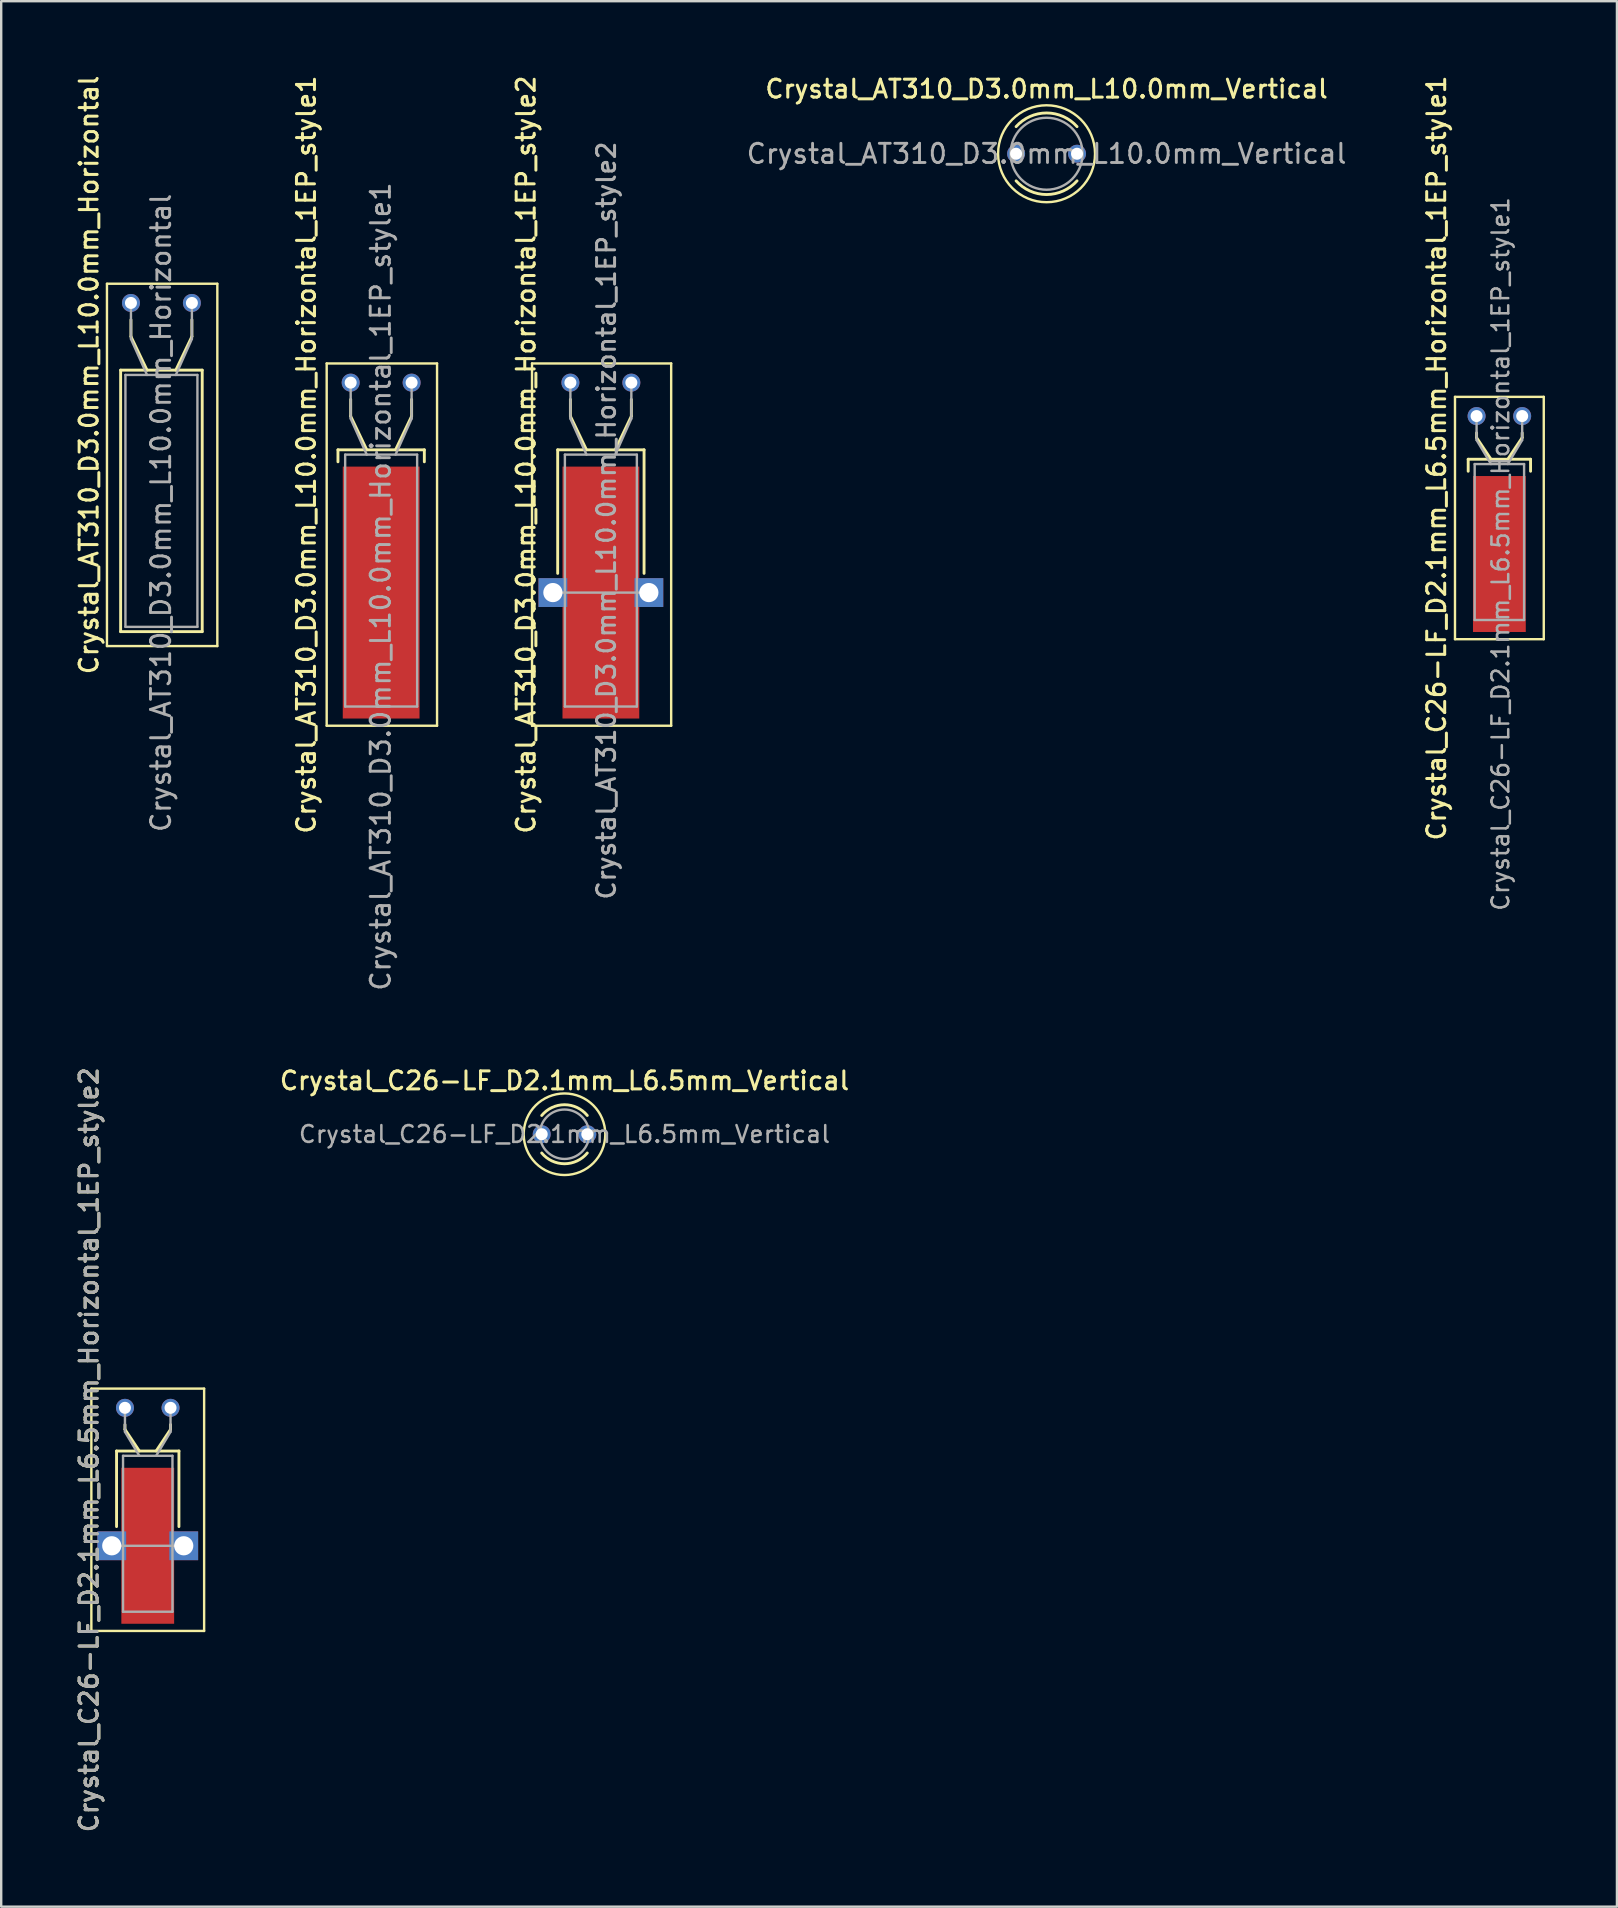
<source format=kicad_pcb>
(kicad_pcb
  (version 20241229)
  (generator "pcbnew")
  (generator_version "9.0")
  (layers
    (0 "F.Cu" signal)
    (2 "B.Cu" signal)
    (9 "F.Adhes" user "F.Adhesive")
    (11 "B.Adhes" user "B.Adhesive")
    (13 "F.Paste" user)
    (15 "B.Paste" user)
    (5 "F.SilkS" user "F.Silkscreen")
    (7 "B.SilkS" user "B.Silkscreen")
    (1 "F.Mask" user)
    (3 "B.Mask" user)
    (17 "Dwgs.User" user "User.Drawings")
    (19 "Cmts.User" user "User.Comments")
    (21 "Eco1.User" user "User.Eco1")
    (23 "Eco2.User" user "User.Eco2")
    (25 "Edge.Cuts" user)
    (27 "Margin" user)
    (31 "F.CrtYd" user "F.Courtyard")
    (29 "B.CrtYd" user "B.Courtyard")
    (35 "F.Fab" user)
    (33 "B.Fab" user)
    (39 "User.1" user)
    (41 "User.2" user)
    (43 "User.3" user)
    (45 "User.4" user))
  (footprint "Crystal_AT310_D3.0mm_L10.0mm_Horizontal_1EP_style1"
    (layer "F.Cu")
    (at 11.566 12.898)
    (property "Reference" "Crystal_AT310_D3.0mm_L10.0mm_Horizontal_1EP_style1" (at -1.85 3 90) (layer "F.SilkS") (effects (font (size 0.75 0.75) (thickness 0.125))))
    (attr through_hole)
    (fp_line (start -1 -0.8) (end -1 14.3) (stroke (width 0.1) (type solid)) (layer "F.SilkS"))
    (fp_line (start -1 14.3) (end 3.6 14.3) (stroke (width 0.1) (type solid)) (layer "F.SilkS"))
    (fp_line (start -0.53 2.8) (end 3.07 2.8) (stroke (width 0.12) (type solid)) (layer "F.SilkS"))
    (fp_line (start -0.53 3.3) (end -0.53 2.8) (stroke (width 0.12) (type solid)) (layer "F.SilkS"))
    (fp_line (start 0 1.4) (end 0 0.7) (stroke (width 0.12) (type solid)) (layer "F.SilkS"))
    (fp_line (start 0.67 2.8) (end 0 1.4) (stroke (width 0.12) (type solid)) (layer "F.SilkS"))
    (fp_line (start 1.87 2.8) (end 2.54 1.4) (stroke (width 0.12) (type solid)) (layer "F.SilkS"))
    (fp_line (start 2.54 1.4) (end 2.54 0.7) (stroke (width 0.12) (type solid)) (layer "F.SilkS"))
    (fp_line (start 3.07 2.8) (end 3.07 3.3) (stroke (width 0.12) (type solid)) (layer "F.SilkS"))
    (fp_line (start 3.6 -0.8) (end -1 -0.8) (stroke (width 0.1) (type solid)) (layer "F.SilkS"))
    (fp_line (start 3.6 14.3) (end 3.6 -0.8) (stroke (width 0.1) (type solid)) (layer "F.SilkS"))
    (fp_line (start -0.23 3) (end -0.23 13.5) (stroke (width 0.1) (type solid)) (layer "F.Fab"))
    (fp_line (start -0.23 13.5) (end 2.77 13.5) (stroke (width 0.1) (type solid)) (layer "F.Fab"))
    (fp_line (start 0 1.5) (end 0 0) (stroke (width 0.1) (type solid)) (layer "F.Fab"))
    (fp_line (start 0.67 3) (end 0 1.5) (stroke (width 0.1) (type solid)) (layer "F.Fab"))
    (fp_line (start 1.87 3) (end 2.54 1.5) (stroke (width 0.1) (type solid)) (layer "F.Fab"))
    (fp_line (start 2.54 1.5) (end 2.54 0) (stroke (width 0.1) (type solid)) (layer "F.Fab"))
    (fp_line (start 2.77 3) (end -0.23 3) (stroke (width 0.1) (type solid)) (layer "F.Fab"))
    (fp_line (start 2.77 13.5) (end 2.77 3) (stroke (width 0.1) (type solid)) (layer "F.Fab"))
    (fp_text user "${REFERENCE}" (at 1.25 8.5 90) (layer "F.Fab") (effects (font (size 0.8 0.8) (thickness 0.12))))
    (pad "1" thru_hole circle (at 0 0) (size 0.75 0.75) (drill 0.5) (layers "*.Cu" "*.Mask"))
    (pad "2" thru_hole circle (at 2.54 0) (size 0.75 0.75) (drill 0.5) (layers "*.Cu" "*.Mask"))
    (pad "3" smd rect (at 1.27 8.75) (size 3.2 10.5) (layers "F.Cu" "F.Mask" "F.Paste")))
  (footprint "Crystal_C26-LF_D2.1mm_L6.5mm_Horizontal_1EP_style2"
    (layer "F.Cu")
    (at 2.158 55.627)
    (property "Reference" "Crystal_C26-LF_D2.1mm_L6.5mm_Horizontal_1EP_style2" (at -1.5 1.75 90) (layer "F.SilkS") (effects (font (size 0.75 0.75) (thickness 0.125))))
    (attr through_hole)
    (fp_line (start -1.4 -0.8) (end -1.4 9.3) (stroke (width 0.1) (type solid)) (layer "F.SilkS"))
    (fp_line (start -1.4 9.3) (end 3.3 9.3) (stroke (width 0.1) (type solid)) (layer "F.SilkS"))
    (fp_line (start -0.35 1.8) (end 2.25 1.8) (stroke (width 0.12) (type solid)) (layer "F.SilkS"))
    (fp_line (start -0.35 4.95) (end -0.35 1.8) (stroke (width 0.12) (type solid)) (layer "F.SilkS"))
    (fp_line (start 0 0.9) (end 0 0.7) (stroke (width 0.12) (type solid)) (layer "F.SilkS"))
    (fp_line (start 0.6 1.8) (end 0 0.9) (stroke (width 0.12) (type solid)) (layer "F.SilkS"))
    (fp_line (start 1.3 1.8) (end 1.9 0.9) (stroke (width 0.12) (type solid)) (layer "F.SilkS"))
    (fp_line (start 1.9 0.9) (end 1.9 0.7) (stroke (width 0.12) (type solid)) (layer "F.SilkS"))
    (fp_line (start 2.25 1.8) (end 2.25 4.95) (stroke (width 0.12) (type solid)) (layer "F.SilkS"))
    (fp_line (start 3.3 -0.8) (end -1.4 -0.8) (stroke (width 0.1) (type solid)) (layer "F.SilkS"))
    (fp_line (start 3.3 9.3) (end 3.3 -0.8) (stroke (width 0.1) (type solid)) (layer "F.SilkS"))
    (fp_line (start -0.55 5.75) (end 2.45 5.75) (stroke (width 0.1) (type solid)) (layer "F.Fab"))
    (fp_line (start -0.08 2) (end -0.08 8.5) (stroke (width 0.1) (type solid)) (layer "F.Fab"))
    (fp_line (start -0.08 8.5) (end 1.98 8.5) (stroke (width 0.1) (type solid)) (layer "F.Fab"))
    (fp_line (start 0 1) (end 0 0) (stroke (width 0.1) (type solid)) (layer "F.Fab"))
    (fp_line (start 0.6 2) (end 0 1) (stroke (width 0.1) (type solid)) (layer "F.Fab"))
    (fp_line (start 1.3 2) (end 1.9 1) (stroke (width 0.1) (type solid)) (layer "F.Fab"))
    (fp_line (start 1.9 1) (end 1.9 0) (stroke (width 0.1) (type solid)) (layer "F.Fab"))
    (fp_line (start 1.98 2) (end -0.08 2) (stroke (width 0.1) (type solid)) (layer "F.Fab"))
    (fp_line (start 1.98 8.5) (end 1.98 2) (stroke (width 0.1) (type solid)) (layer "F.Fab"))
    (fp_text user "${REFERENCE}" (at -1.5 1.75 90) (layer "F.Fab") (effects (font (size 0.75 0.75) (thickness 0.125))))
    (pad "1" thru_hole circle (at 0 0) (size 0.75 0.75) (drill 0.5) (layers "*.Cu" "*.Mask"))
    (pad "2" thru_hole circle (at 1.9 0) (size 0.75 0.75) (drill 0.5) (layers "*.Cu" "*.Mask"))
    (pad "3" thru_hole rect (at -0.55 5.75) (size 1.2 1.2) (drill 0.8) (layers "*.Cu" "*.Mask"))
    (pad "3" smd rect (at 0.95 5.75) (size 2.2 6.5) (layers "F.Cu" "F.Mask" "F.Paste"))
    (pad "3" thru_hole rect (at 2.45 5.75) (size 1.2 1.2) (drill 0.8) (layers "*.Cu" "*.Mask")))
  (footprint "Crystal_C26-LF_D2.1mm_L6.5mm_Vertical"
    (layer "F.Cu")
    (at 19.528 44.224)
    (property "Reference" "Crystal_C26-LF_D2.1mm_L6.5mm_Vertical" (at 0.95 -2.23 0) (layer "F.SilkS") (effects (font (size 0.75 0.75) (thickness 0.125))))
    (attr through_hole)
    (fp_arc (start 0 -0.781281) (mid 0.949655 -1.23) (end 1.899561 -0.781814) (stroke (width 0.12) (type solid)) (layer "F.SilkS"))
    (fp_arc (start 1.899561 0.781814) (mid 0.949655 1.23) (end 0 0.781281) (stroke (width 0.12) (type solid)) (layer "F.SilkS"))
    (fp_circle (center 0.95 0) (end 2.65 0) (stroke (width 0.1) (type solid)) (fill no) (layer "F.SilkS"))
    (fp_circle (center 0.95 0) (end 1.98 0) (stroke (width 0.1) (type solid)) (fill no) (layer "F.Fab"))
    (fp_text user "${REFERENCE}" (at 0.95 0 0) (layer "F.Fab") (effects (font (size 0.7 0.7) (thickness 0.105))))
    (pad "1" thru_hole circle (at 0 0) (size 0.75 0.75) (drill 0.5) (layers "*.Cu" "*.Mask"))
    (pad "2" thru_hole circle (at 1.9 0) (size 0.75 0.75) (drill 0.5) (layers "*.Cu" "*.Mask")))
  (footprint "Crystal_AT310_D3.0mm_L10.0mm_Horizontal_1EP_style2"
    (layer "F.Cu")
    (at 20.724 12.898)
    (property "Reference" "Crystal_AT310_D3.0mm_L10.0mm_Horizontal_1EP_style2" (at -1.85 3 90) (layer "F.SilkS") (effects (font (size 0.75 0.75) (thickness 0.125))))
    (attr through_hole)
    (fp_line (start -1.6 -0.8) (end -1.6 14.3) (stroke (width 0.1) (type solid)) (layer "F.SilkS"))
    (fp_line (start -1.6 14.3) (end 4.2 14.3) (stroke (width 0.1) (type solid)) (layer "F.SilkS"))
    (fp_line (start -0.53 2.8) (end 3.07 2.8) (stroke (width 0.12) (type solid)) (layer "F.SilkS"))
    (fp_line (start -0.53 7.95) (end -0.53 2.8) (stroke (width 0.12) (type solid)) (layer "F.SilkS"))
    (fp_line (start 0 1.4) (end 0 0.7) (stroke (width 0.12) (type solid)) (layer "F.SilkS"))
    (fp_line (start 0.67 2.8) (end 0 1.4) (stroke (width 0.12) (type solid)) (layer "F.SilkS"))
    (fp_line (start 1.87 2.8) (end 2.54 1.4) (stroke (width 0.12) (type solid)) (layer "F.SilkS"))
    (fp_line (start 2.54 1.4) (end 2.54 0.7) (stroke (width 0.12) (type solid)) (layer "F.SilkS"))
    (fp_line (start 3.07 2.8) (end 3.07 7.95) (stroke (width 0.12) (type solid)) (layer "F.SilkS"))
    (fp_line (start 4.2 -0.8) (end -1.6 -0.8) (stroke (width 0.1) (type solid)) (layer "F.SilkS"))
    (fp_line (start 4.2 14.3) (end 4.2 -0.8) (stroke (width 0.1) (type solid)) (layer "F.SilkS"))
    (fp_line (start -0.73 8.75) (end 3.27 8.75) (stroke (width 0.1) (type solid)) (layer "F.Fab"))
    (fp_line (start -0.23 3) (end -0.23 13.5) (stroke (width 0.1) (type solid)) (layer "F.Fab"))
    (fp_line (start -0.23 13.5) (end 2.77 13.5) (stroke (width 0.1) (type solid)) (layer "F.Fab"))
    (fp_line (start 0 1.5) (end 0 0) (stroke (width 0.1) (type solid)) (layer "F.Fab"))
    (fp_line (start 0.67 3) (end 0 1.5) (stroke (width 0.1) (type solid)) (layer "F.Fab"))
    (fp_line (start 1.87 3) (end 2.54 1.5) (stroke (width 0.1) (type solid)) (layer "F.Fab"))
    (fp_line (start 2.54 1.5) (end 2.54 0) (stroke (width 0.1) (type solid)) (layer "F.Fab"))
    (fp_line (start 2.77 3) (end -0.23 3) (stroke (width 0.1) (type solid)) (layer "F.Fab"))
    (fp_line (start 2.77 13.5) (end 2.77 3) (stroke (width 0.1) (type solid)) (layer "F.Fab"))
    (fp_text user "${REFERENCE}" (at 1.5 5.75 90) (layer "F.Fab") (effects (font (size 0.75 0.75) (thickness 0.125))))
    (pad "1" thru_hole circle (at 0 0) (size 0.75 0.75) (drill 0.5) (layers "*.Cu" "*.Mask"))
    (pad "2" thru_hole circle (at 2.54 0) (size 0.75 0.75) (drill 0.5) (layers "*.Cu" "*.Mask"))
    (pad "3" thru_hole rect (at -0.73 8.75) (size 1.2 1.2) (drill 0.8) (layers "*.Cu" "*.Mask"))
    (pad "3" smd rect (at 1.27 8.75) (size 3.2 10.5) (layers "F.Cu" "F.Mask" "F.Paste"))
    (pad "3" thru_hole rect (at 3.27 8.75) (size 1.2 1.2) (drill 0.8) (layers "*.Cu" "*.Mask")))
  (footprint "Crystal_C26-LF_D2.1mm_L6.5mm_Horizontal_1EP_style1"
    (layer "F.Cu")
    (at 58.493 14.291)
    (property "Reference" "Crystal_C26-LF_D2.1mm_L6.5mm_Horizontal_1EP_style1" (at -1.67 1.75 90) (layer "F.SilkS") (effects (font (size 0.75 0.75) (thickness 0.125))))
    (attr through_hole)
    (fp_line (start -0.9 -0.8) (end -0.9 9.3) (stroke (width 0.1) (type solid)) (layer "F.SilkS"))
    (fp_line (start -0.9 9.3) (end 2.8 9.3) (stroke (width 0.1) (type solid)) (layer "F.SilkS"))
    (fp_line (start -0.35 1.8) (end 2.25 1.8) (stroke (width 0.12) (type solid)) (layer "F.SilkS"))
    (fp_line (start -0.35 2.3) (end -0.35 1.8) (stroke (width 0.12) (type solid)) (layer "F.SilkS"))
    (fp_line (start 0 0.9) (end 0 0.7) (stroke (width 0.12) (type solid)) (layer "F.SilkS"))
    (fp_line (start 0.6 1.8) (end 0 0.9) (stroke (width 0.12) (type solid)) (layer "F.SilkS"))
    (fp_line (start 1.3 1.8) (end 1.9 0.9) (stroke (width 0.12) (type solid)) (layer "F.SilkS"))
    (fp_line (start 1.9 0.9) (end 1.9 0.7) (stroke (width 0.12) (type solid)) (layer "F.SilkS"))
    (fp_line (start 2.25 1.8) (end 2.25 2.3) (stroke (width 0.12) (type solid)) (layer "F.SilkS"))
    (fp_line (start 2.8 -0.8) (end -0.9 -0.8) (stroke (width 0.1) (type solid)) (layer "F.SilkS"))
    (fp_line (start 2.8 9.3) (end 2.8 -0.8) (stroke (width 0.1) (type solid)) (layer "F.SilkS"))
    (fp_line (start -0.08 2) (end -0.08 8.5) (stroke (width 0.1) (type solid)) (layer "F.Fab"))
    (fp_line (start -0.08 8.5) (end 1.98 8.5) (stroke (width 0.1) (type solid)) (layer "F.Fab"))
    (fp_line (start 0 1) (end 0 0) (stroke (width 0.1) (type solid)) (layer "F.Fab"))
    (fp_line (start 0.6 2) (end 0 1) (stroke (width 0.1) (type solid)) (layer "F.Fab"))
    (fp_line (start 1.3 2) (end 1.9 1) (stroke (width 0.1) (type solid)) (layer "F.Fab"))
    (fp_line (start 1.9 1) (end 1.9 0) (stroke (width 0.1) (type solid)) (layer "F.Fab"))
    (fp_line (start 1.98 2) (end -0.08 2) (stroke (width 0.1) (type solid)) (layer "F.Fab"))
    (fp_line (start 1.98 8.5) (end 1.98 2) (stroke (width 0.1) (type solid)) (layer "F.Fab"))
    (fp_text user "${REFERENCE}" (at 1 5.75 90) (layer "F.Fab") (effects (font (size 0.7 0.7) (thickness 0.105))))
    (pad "1" thru_hole circle (at 0 0) (size 0.75 0.75) (drill 0.5) (layers "*.Cu" "*.Mask"))
    (pad "2" thru_hole circle (at 1.9 0) (size 0.75 0.75) (drill 0.5) (layers "*.Cu" "*.Mask"))
    (pad "3" smd rect (at 0.95 5.75) (size 2.2 6.5) (layers "F.Cu" "F.Mask" "F.Paste")))
  (footprint "Crystal_AT310_D3.0mm_L10.0mm_Vertical"
    (layer "F.Cu")
    (at 39.3 3.358)
    (property "Reference" "Crystal_AT310_D3.0mm_L10.0mm_Vertical" (at 1.27 -2.7 0) (layer "F.SilkS") (effects (font (size 0.75 0.75) (thickness 0.125))))
    (attr through_hole)
    (fp_arc (start 0 -1.130088) (mid 1.270408 -1.7) (end 2.540542 -1.129479) (stroke (width 0.12) (type solid)) (layer "F.SilkS"))
    (fp_arc (start 2.540542 1.129479) (mid 1.270408 1.7) (end 0 1.130088) (stroke (width 0.12) (type solid)) (layer "F.SilkS"))
    (fp_circle (center 1.27 0) (end 3.29 0) (stroke (width 0.1) (type solid)) (fill no) (layer "F.SilkS"))
    (fp_circle (center 1.27 0) (end 2.77 0) (stroke (width 0.1) (type solid)) (fill no) (layer "F.Fab"))
    (fp_text user "${REFERENCE}" (at 1.27 0 0) (layer "F.Fab") (effects (font (size 0.8 0.8) (thickness 0.12))))
    (pad "1" thru_hole circle (at 0 0) (size 0.75 0.75) (drill 0.5) (layers "*.Cu" "*.Mask"))
    (pad "2" thru_hole circle (at 2.54 0) (size 0.75 0.75) (drill 0.5) (layers "*.Cu" "*.Mask")))
  (footprint "Crystal_AT310_D3.0mm_L10.0mm_Horizontal"
    (layer "F.Cu")
    (at 2.408 9.577)
    (property "Reference" "Crystal_AT310_D3.0mm_L10.0mm_Horizontal" (at -1.75 3 90) (layer "F.SilkS") (effects (font (size 0.75 0.75) (thickness 0.125))))
    (attr through_hole)
    (fp_line (start -1 -0.8) (end -1 14.3) (stroke (width 0.1) (type solid)) (layer "F.SilkS"))
    (fp_line (start -1 14.3) (end 3.6 14.3) (stroke (width 0.1) (type solid)) (layer "F.SilkS"))
    (fp_line (start -0.43 2.8) (end -0.43 13.7) (stroke (width 0.12) (type solid)) (layer "F.SilkS"))
    (fp_line (start -0.43 13.7) (end 2.97 13.7) (stroke (width 0.12) (type solid)) (layer "F.SilkS"))
    (fp_line (start 0 1.4) (end 0 0.7) (stroke (width 0.12) (type solid)) (layer "F.SilkS"))
    (fp_line (start 0.67 2.8) (end 0 1.4) (stroke (width 0.12) (type solid)) (layer "F.SilkS"))
    (fp_line (start 1.87 2.8) (end 2.54 1.4) (stroke (width 0.12) (type solid)) (layer "F.SilkS"))
    (fp_line (start 2.54 1.4) (end 2.54 0.7) (stroke (width 0.12) (type solid)) (layer "F.SilkS"))
    (fp_line (start 2.97 2.8) (end -0.43 2.8) (stroke (width 0.12) (type solid)) (layer "F.SilkS"))
    (fp_line (start 2.97 13.7) (end 2.97 2.8) (stroke (width 0.12) (type solid)) (layer "F.SilkS"))
    (fp_line (start 3.6 -0.8) (end -1 -0.8) (stroke (width 0.1) (type solid)) (layer "F.SilkS"))
    (fp_line (start 3.6 14.3) (end 3.6 -0.8) (stroke (width 0.1) (type solid)) (layer "F.SilkS"))
    (fp_line (start -0.23 3) (end -0.23 13.5) (stroke (width 0.1) (type solid)) (layer "F.Fab"))
    (fp_line (start -0.23 13.5) (end 2.77 13.5) (stroke (width 0.1) (type solid)) (layer "F.Fab"))
    (fp_line (start 0 1.5) (end 0 0) (stroke (width 0.1) (type solid)) (layer "F.Fab"))
    (fp_line (start 0.67 3) (end 0 1.5) (stroke (width 0.1) (type solid)) (layer "F.Fab"))
    (fp_line (start 1.87 3) (end 2.54 1.5) (stroke (width 0.1) (type solid)) (layer "F.Fab"))
    (fp_line (start 2.54 1.5) (end 2.54 0) (stroke (width 0.1) (type solid)) (layer "F.Fab"))
    (fp_line (start 2.77 3) (end -0.23 3) (stroke (width 0.1) (type solid)) (layer "F.Fab"))
    (fp_line (start 2.77 13.5) (end 2.77 3) (stroke (width 0.1) (type solid)) (layer "F.Fab"))
    (fp_text user "${REFERENCE}" (at 1.25 8.75 90) (layer "F.Fab") (effects (font (size 0.8 0.8) (thickness 0.12))))
    (pad "1" thru_hole circle (at 0 0) (size 0.75 0.75) (drill 0.5) (layers "*.Cu" "*.Mask"))
    (pad "2" thru_hole circle (at 2.54 0) (size 0.75 0.75) (drill 0.5) (layers "*.Cu" "*.Mask")))
  (gr_rect
    (start -3 -3)
    (end 64.343 76.418)
    (stroke (width 0.1) (type default))
    (fill no)
    (layer "Edge.Cuts")))
</source>
